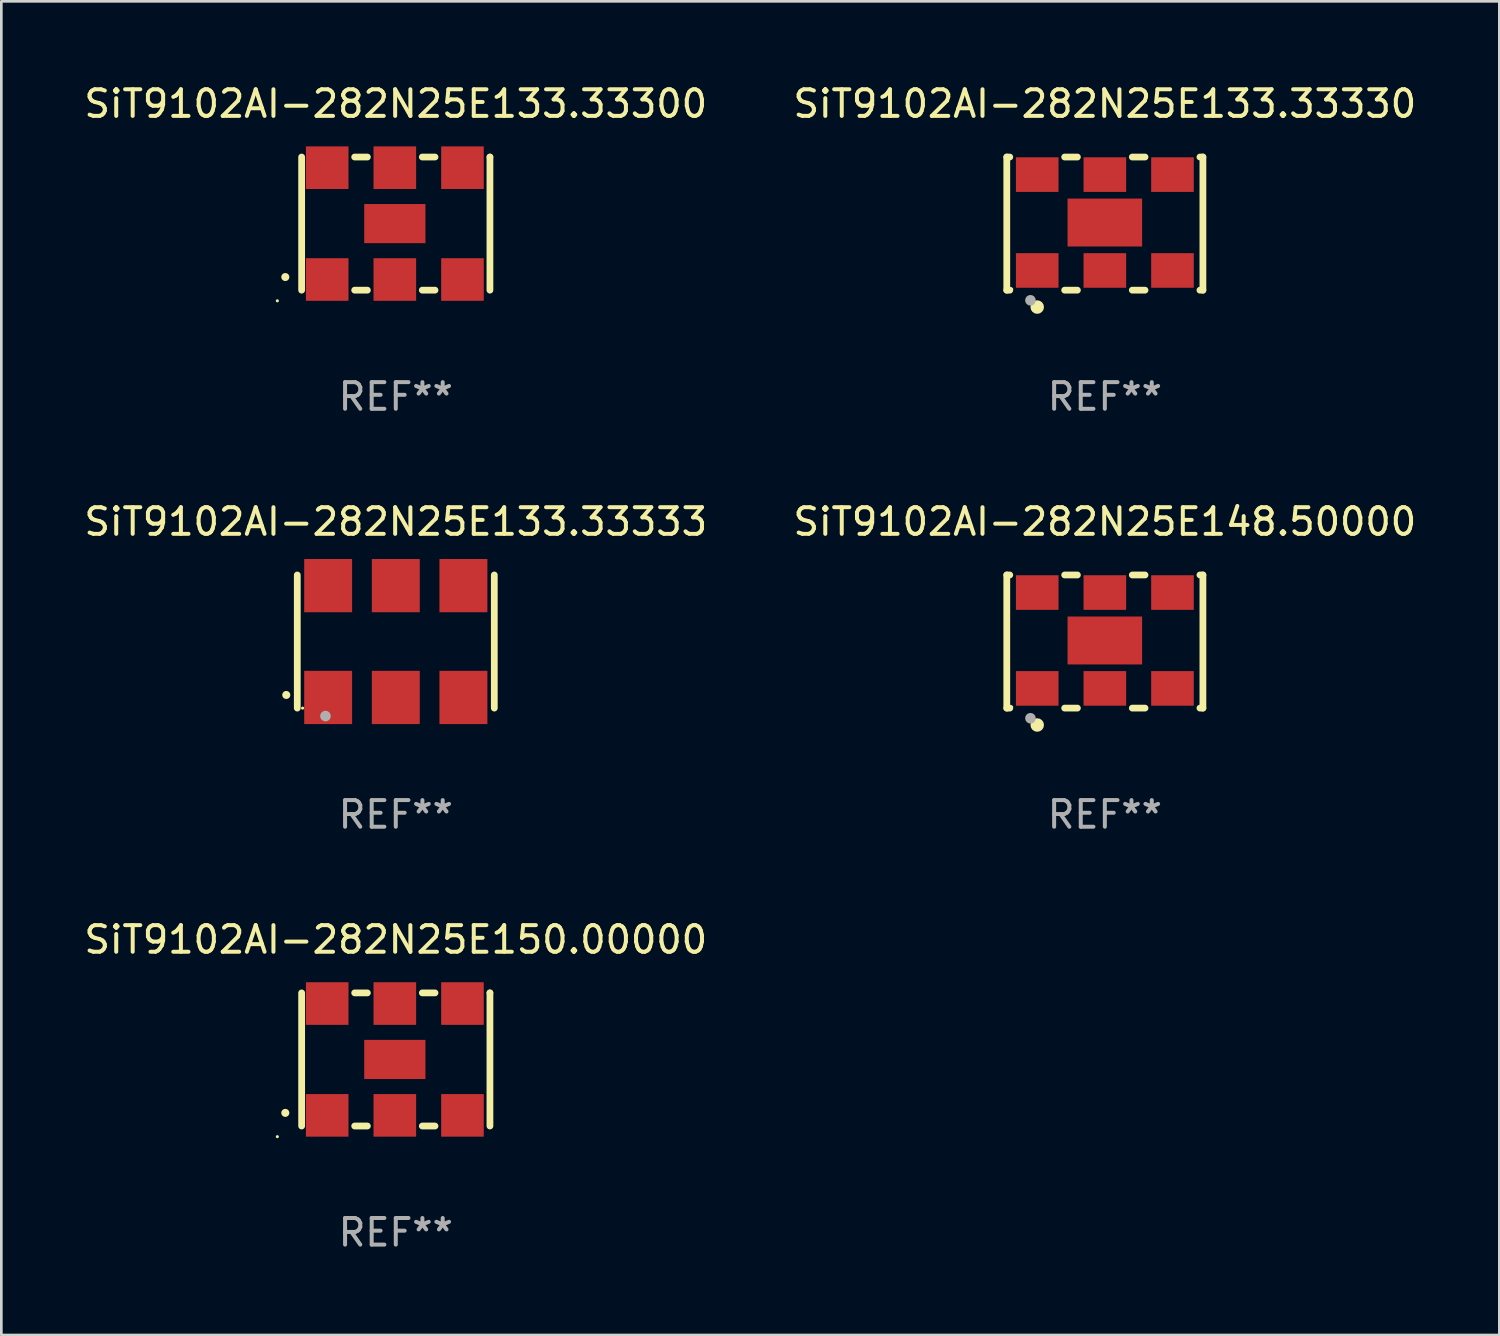
<source format=kicad_pcb>
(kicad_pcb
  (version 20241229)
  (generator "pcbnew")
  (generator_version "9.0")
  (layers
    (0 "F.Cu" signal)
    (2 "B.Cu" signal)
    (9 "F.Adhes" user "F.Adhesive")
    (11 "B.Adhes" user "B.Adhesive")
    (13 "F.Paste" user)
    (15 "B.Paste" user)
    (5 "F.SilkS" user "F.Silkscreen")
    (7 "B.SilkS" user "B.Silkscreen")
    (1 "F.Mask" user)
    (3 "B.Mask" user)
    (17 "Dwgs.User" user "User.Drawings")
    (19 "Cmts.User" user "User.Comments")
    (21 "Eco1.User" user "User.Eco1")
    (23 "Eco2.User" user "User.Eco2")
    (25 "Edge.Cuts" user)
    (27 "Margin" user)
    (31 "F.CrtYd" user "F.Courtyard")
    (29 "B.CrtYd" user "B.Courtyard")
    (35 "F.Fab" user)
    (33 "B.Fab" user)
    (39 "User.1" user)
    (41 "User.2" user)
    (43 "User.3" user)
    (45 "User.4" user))
  (footprint "SiT9102AI-282N25E150.00000"
    (layer "F.Cu")
    (at 11.815 36.741)
    (property "Reference" "SiT9102AI-282N25E150.00000" (at 0 -4.5 0) (layer "F.SilkS") (effects (font (size 1 1) (thickness 0.15))))
    (attr through_hole)
    (fp_line (start -3.536 -2.5) (end -3.536 2.5) (stroke (width 0.254) (type solid)) (layer "F.SilkS"))
    (fp_line (start -1.544 2.5) (end -1.067 2.5) (stroke (width 0.254) (type solid)) (layer "F.SilkS"))
    (fp_line (start -1.067 -2.5) (end -1.544 -2.5) (stroke (width 0.254) (type solid)) (layer "F.SilkS"))
    (fp_line (start 0.996 2.5) (end 1.473 2.5) (stroke (width 0.254) (type solid)) (layer "F.SilkS"))
    (fp_line (start 1.473 -2.5) (end 0.996 -2.5) (stroke (width 0.254) (type solid)) (layer "F.SilkS"))
    (fp_line (start 3.536 -2.5) (end 3.536 -2.5) (stroke (width 0.254) (type solid)) (layer "F.SilkS"))
    (fp_line (start 3.536 2.5) (end 3.536 -2.5) (stroke (width 0.254) (type solid)) (layer "F.SilkS"))
    (fp_arc (start -4.150432 2.006604) (mid -4.149162 2.006599) (end -4.147892 2.006604) (stroke (width 0.3) (type solid)) (layer "F.SilkS"))
    (fp_circle (center -4.449 2.9) (end -4.419 2.9) (stroke (width 0.06) (type solid)) (fill no) (layer "F.SilkS"))
    (fp_text user "REF**" (at 0 6.5 0) (layer "F.Fab") (effects (font (size 1 1) (thickness 0.15))))
    (pad "1" smd rect (at -2.576 2.1) (size 1.6 1.6) (layers "F.Cu" "F.Mask" "F.Paste"))
    (pad "2" smd rect (at -0.036 2.1) (size 1.6 1.6) (layers "F.Cu" "F.Mask" "F.Paste"))
    (pad "3" smd rect (at 2.504 2.1) (size 1.6 1.6) (layers "F.Cu" "F.Mask" "F.Paste"))
    (pad "4" smd rect (at 2.504 -2.1) (size 1.6 1.6) (layers "F.Cu" "F.Mask" "F.Paste"))
    (pad "5" smd rect (at -0.036 -2.1) (size 1.6 1.6) (layers "F.Cu" "F.Mask" "F.Paste"))
    (pad "6" smd rect (at -2.576 -2.1) (size 1.6 1.6) (layers "F.Cu" "F.Mask" "F.Paste"))
    (pad "7" smd rect (at -0.036 0) (size 2.3 1.47) (layers "F.Cu" "F.Mask" "F.Paste")))
  (footprint "SiT9102AI-282N25E133.33330"
    (layer "F.Cu")
    (at 38.446 5.348)
    (property "Reference" "SiT9102AI-282N25E133.33330" (at 0 -4.5 0) (layer "F.SilkS") (effects (font (size 1 1) (thickness 0.15))))
    (attr through_hole)
    (fp_line (start -3.683 -2.5) (end -3.571 -2.5) (stroke (width 0.254) (type solid)) (layer "F.SilkS"))
    (fp_line (start -3.683 2.5) (end -3.683 -2.5) (stroke (width 0.254) (type solid)) (layer "F.SilkS"))
    (fp_line (start -3.683 2.5) (end -3.571 2.5) (stroke (width 0.254) (type solid)) (layer "F.SilkS"))
    (fp_line (start -1.509 -2.5) (end -1.031 -2.5) (stroke (width 0.254) (type solid)) (layer "F.SilkS"))
    (fp_line (start -1.509 2.5) (end -1.031 2.5) (stroke (width 0.254) (type solid)) (layer "F.SilkS"))
    (fp_line (start 1.031 -2.5) (end 1.509 -2.5) (stroke (width 0.254) (type solid)) (layer "F.SilkS"))
    (fp_line (start 1.031 2.5) (end 1.509 2.5) (stroke (width 0.254) (type solid)) (layer "F.SilkS"))
    (fp_line (start 3.571 -2.5) (end 3.683 -2.5) (stroke (width 0.254) (type solid)) (layer "F.SilkS"))
    (fp_line (start 3.571 2.5) (end 3.683 2.5) (stroke (width 0.254) (type solid)) (layer "F.SilkS"))
    (fp_line (start 3.683 2.5) (end 3.683 -2.5) (stroke (width 0.254) (type solid)) (layer "F.SilkS"))
    (fp_circle (center -3.5 2.46) (end -3.47 2.46) (stroke (width 0.06) (type solid)) (fill no) (layer "F.SilkS"))
    (fp_circle (center -2.54 3.135) (end -2.413 3.135) (stroke (width 0.254) (type solid)) (fill no) (layer "F.SilkS"))
    (fp_circle (center -2.794 2.881) (end -2.694 2.881) (stroke (width 0.2) (type solid)) (fill no) (layer "F.Fab"))
    (fp_text user "REF**" (at 0 6.5 0) (layer "F.Fab") (effects (font (size 1 1) (thickness 0.15))))
    (pad "1" smd rect (at -2.54 1.76) (size 1.6 1.3) (layers "F.Cu" "F.Mask" "F.Paste"))
    (pad "2" smd rect (at 0 1.76) (size 1.6 1.3) (layers "F.Cu" "F.Mask" "F.Paste"))
    (pad "3" smd rect (at 2.54 1.76) (size 1.6 1.3) (layers "F.Cu" "F.Mask" "F.Paste"))
    (pad "4" smd rect (at 2.54 -1.84) (size 1.6 1.3) (layers "F.Cu" "F.Mask" "F.Paste"))
    (pad "5" smd rect (at 0 -1.84) (size 1.6 1.3) (layers "F.Cu" "F.Mask" "F.Paste"))
    (pad "6" smd rect (at -2.54 -1.84) (size 1.6 1.3) (layers "F.Cu" "F.Mask" "F.Paste"))
    (pad "7" smd rect (at 0 -0.04) (size 2.8 1.8) (layers "F.Cu" "F.Mask" "F.Paste")))
  (footprint "SiT9102AI-282N25E133.33333"
    (layer "F.Cu")
    (at 11.815 21.045)
    (property "Reference" "SiT9102AI-282N25E133.33333" (at 0 -4.5 0) (layer "F.SilkS") (effects (font (size 1 1) (thickness 0.15))))
    (attr through_hole)
    (fp_line (start -3.7 -2.5) (end -3.7 2.5) (stroke (width 0.254) (type solid)) (layer "F.SilkS"))
    (fp_line (start 3.7 -2.5) (end 3.7 2.5) (stroke (width 0.254) (type solid)) (layer "F.SilkS"))
    (fp_arc (start -4.114415 2.006604) (mid -4.113145 2.006599) (end -4.111875 2.006604) (stroke (width 0.3) (type solid)) (layer "F.SilkS"))
    (fp_circle (center -3.5 2.501) (end -3.47 2.501) (stroke (width 0.06) (type solid)) (fill no) (layer "F.SilkS"))
    (fp_circle (center -2.641 2.799) (end -2.541 2.799) (stroke (width 0.2) (type solid)) (fill no) (layer "F.Fab"))
    (fp_text user "REF**" (at 0 6.5 0) (layer "F.Fab") (effects (font (size 1 1) (thickness 0.15))))
    (pad "1" smd rect (at -2.54 2.1) (size 1.8 2) (layers "F.Cu" "F.Mask" "F.Paste"))
    (pad "2" smd rect (at 0.000394 2.1) (size 1.8 2) (layers "F.Cu" "F.Mask" "F.Paste"))
    (pad "3" smd rect (at 2.54 2.1) (size 1.8 2) (layers "F.Cu" "F.Mask" "F.Paste"))
    (pad "4" smd rect (at 2.54 -2.1) (size 1.8 2) (layers "F.Cu" "F.Mask" "F.Paste"))
    (pad "5" smd rect (at 0.000394 -2.1) (size 1.8 2) (layers "F.Cu" "F.Mask" "F.Paste"))
    (pad "6" smd rect (at -2.54 -2.1) (size 1.8 2) (layers "F.Cu" "F.Mask" "F.Paste")))
  (footprint "SiT9102AI-282N25E148.50000"
    (layer "F.Cu")
    (at 38.446 21.045)
    (property "Reference" "SiT9102AI-282N25E148.50000" (at 0 -4.5 0) (layer "F.SilkS") (effects (font (size 1 1) (thickness 0.15))))
    (attr through_hole)
    (fp_line (start -3.683 -2.5) (end -3.571 -2.5) (stroke (width 0.254) (type solid)) (layer "F.SilkS"))
    (fp_line (start -3.683 2.5) (end -3.683 -2.5) (stroke (width 0.254) (type solid)) (layer "F.SilkS"))
    (fp_line (start -3.683 2.5) (end -3.571 2.5) (stroke (width 0.254) (type solid)) (layer "F.SilkS"))
    (fp_line (start -1.509 -2.5) (end -1.031 -2.5) (stroke (width 0.254) (type solid)) (layer "F.SilkS"))
    (fp_line (start -1.509 2.5) (end -1.031 2.5) (stroke (width 0.254) (type solid)) (layer "F.SilkS"))
    (fp_line (start 1.031 -2.5) (end 1.509 -2.5) (stroke (width 0.254) (type solid)) (layer "F.SilkS"))
    (fp_line (start 1.031 2.5) (end 1.509 2.5) (stroke (width 0.254) (type solid)) (layer "F.SilkS"))
    (fp_line (start 3.571 -2.5) (end 3.683 -2.5) (stroke (width 0.254) (type solid)) (layer "F.SilkS"))
    (fp_line (start 3.571 2.5) (end 3.683 2.5) (stroke (width 0.254) (type solid)) (layer "F.SilkS"))
    (fp_line (start 3.683 2.5) (end 3.683 -2.5) (stroke (width 0.254) (type solid)) (layer "F.SilkS"))
    (fp_circle (center -3.5 2.46) (end -3.47 2.46) (stroke (width 0.06) (type solid)) (fill no) (layer "F.SilkS"))
    (fp_circle (center -2.54 3.135) (end -2.413 3.135) (stroke (width 0.254) (type solid)) (fill no) (layer "F.SilkS"))
    (fp_circle (center -2.794 2.881) (end -2.694 2.881) (stroke (width 0.2) (type solid)) (fill no) (layer "F.Fab"))
    (fp_text user "REF**" (at 0 6.5 0) (layer "F.Fab") (effects (font (size 1 1) (thickness 0.15))))
    (pad "1" smd rect (at -2.54 1.76) (size 1.6 1.3) (layers "F.Cu" "F.Mask" "F.Paste"))
    (pad "2" smd rect (at 0 1.76) (size 1.6 1.3) (layers "F.Cu" "F.Mask" "F.Paste"))
    (pad "3" smd rect (at 2.54 1.76) (size 1.6 1.3) (layers "F.Cu" "F.Mask" "F.Paste"))
    (pad "4" smd rect (at 2.54 -1.84) (size 1.6 1.3) (layers "F.Cu" "F.Mask" "F.Paste"))
    (pad "5" smd rect (at 0 -1.84) (size 1.6 1.3) (layers "F.Cu" "F.Mask" "F.Paste"))
    (pad "6" smd rect (at -2.54 -1.84) (size 1.6 1.3) (layers "F.Cu" "F.Mask" "F.Paste"))
    (pad "7" smd rect (at 0 -0.04) (size 2.8 1.8) (layers "F.Cu" "F.Mask" "F.Paste")))
  (footprint "SiT9102AI-282N25E133.33300"
    (layer "F.Cu")
    (at 11.815 5.348)
    (property "Reference" "SiT9102AI-282N25E133.33300" (at 0 -4.5 0) (layer "F.SilkS") (effects (font (size 1 1) (thickness 0.15))))
    (attr through_hole)
    (fp_line (start -3.536 -2.5) (end -3.536 2.5) (stroke (width 0.254) (type solid)) (layer "F.SilkS"))
    (fp_line (start -1.544 2.5) (end -1.067 2.5) (stroke (width 0.254) (type solid)) (layer "F.SilkS"))
    (fp_line (start -1.067 -2.5) (end -1.544 -2.5) (stroke (width 0.254) (type solid)) (layer "F.SilkS"))
    (fp_line (start 0.996 2.5) (end 1.473 2.5) (stroke (width 0.254) (type solid)) (layer "F.SilkS"))
    (fp_line (start 1.473 -2.5) (end 0.996 -2.5) (stroke (width 0.254) (type solid)) (layer "F.SilkS"))
    (fp_line (start 3.536 -2.5) (end 3.536 -2.5) (stroke (width 0.254) (type solid)) (layer "F.SilkS"))
    (fp_line (start 3.536 2.5) (end 3.536 -2.5) (stroke (width 0.254) (type solid)) (layer "F.SilkS"))
    (fp_arc (start -4.150432 2.006604) (mid -4.149162 2.006599) (end -4.147892 2.006604) (stroke (width 0.3) (type solid)) (layer "F.SilkS"))
    (fp_circle (center -4.449 2.9) (end -4.419 2.9) (stroke (width 0.06) (type solid)) (fill no) (layer "F.SilkS"))
    (fp_text user "REF**" (at 0 6.5 0) (layer "F.Fab") (effects (font (size 1 1) (thickness 0.15))))
    (pad "1" smd rect (at -2.576 2.1) (size 1.6 1.6) (layers "F.Cu" "F.Mask" "F.Paste"))
    (pad "2" smd rect (at -0.036 2.1) (size 1.6 1.6) (layers "F.Cu" "F.Mask" "F.Paste"))
    (pad "3" smd rect (at 2.504 2.1) (size 1.6 1.6) (layers "F.Cu" "F.Mask" "F.Paste"))
    (pad "4" smd rect (at 2.504 -2.1) (size 1.6 1.6) (layers "F.Cu" "F.Mask" "F.Paste"))
    (pad "5" smd rect (at -0.036 -2.1) (size 1.6 1.6) (layers "F.Cu" "F.Mask" "F.Paste"))
    (pad "6" smd rect (at -2.576 -2.1) (size 1.6 1.6) (layers "F.Cu" "F.Mask" "F.Paste"))
    (pad "7" smd rect (at -0.036 0) (size 2.3 1.47) (layers "F.Cu" "F.Mask" "F.Paste")))
  (gr_rect
    (start -3 -3)
    (end 53.262 47.09)
    (stroke (width 0.1) (type default))
    (fill no)
    (layer "Edge.Cuts")))
</source>
